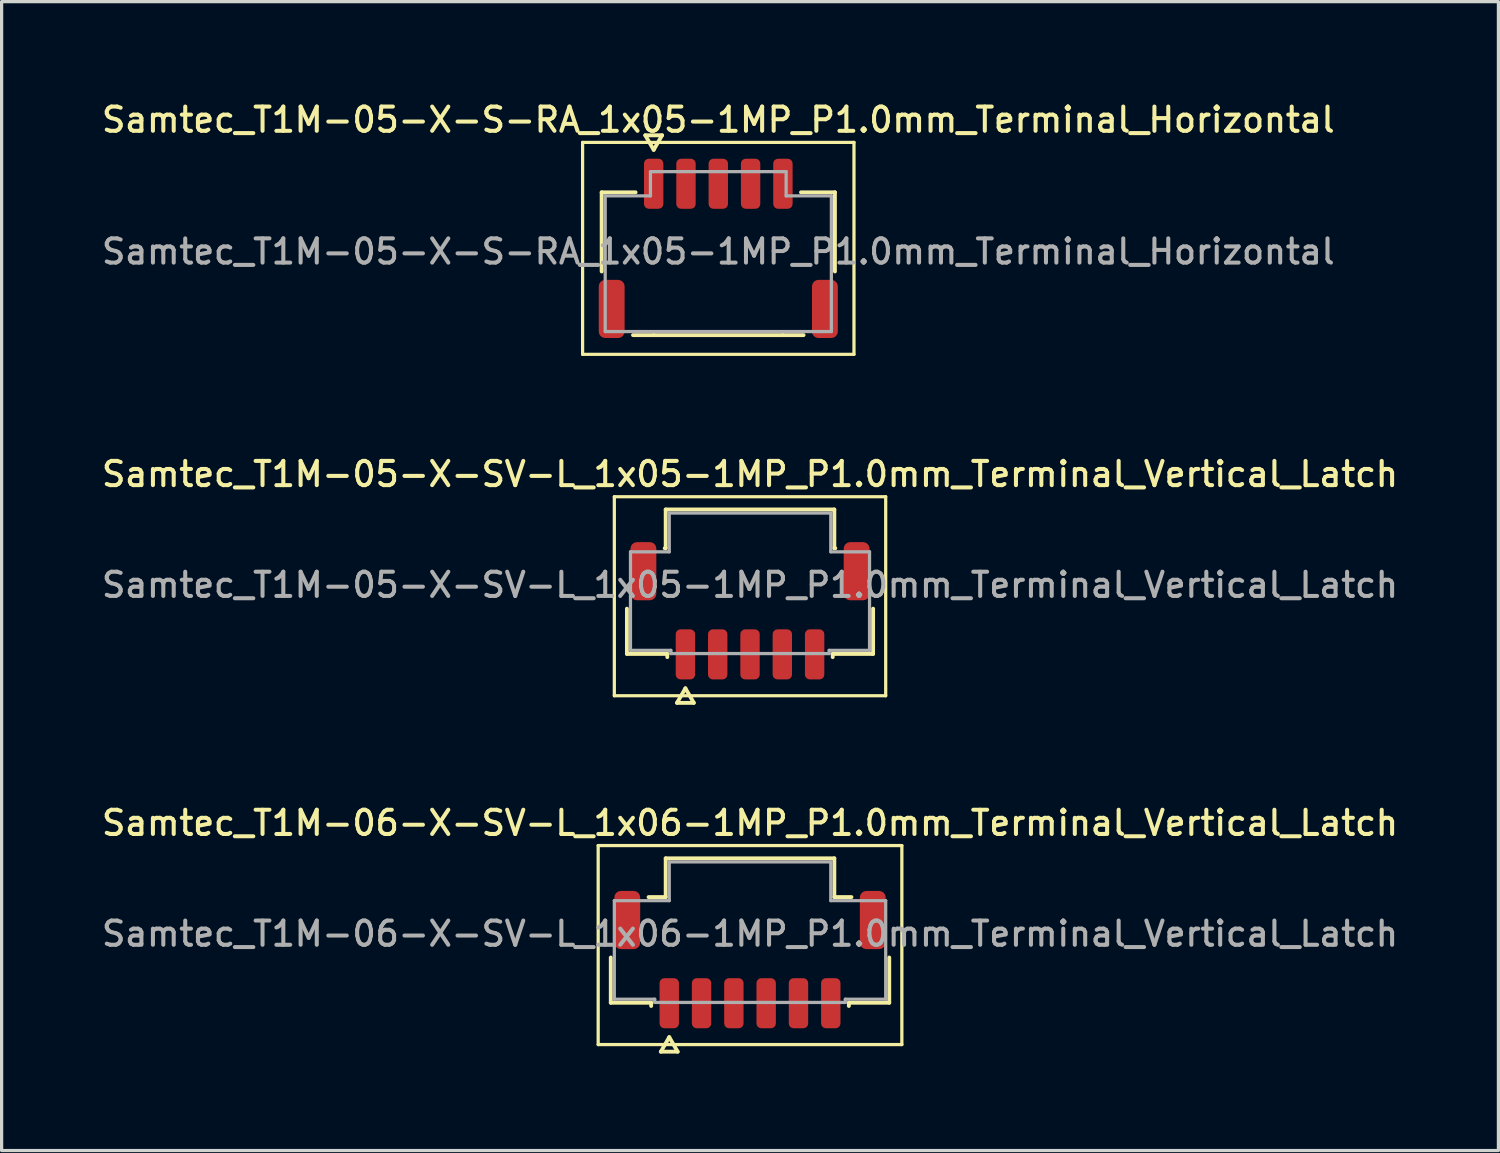
<source format=kicad_pcb>
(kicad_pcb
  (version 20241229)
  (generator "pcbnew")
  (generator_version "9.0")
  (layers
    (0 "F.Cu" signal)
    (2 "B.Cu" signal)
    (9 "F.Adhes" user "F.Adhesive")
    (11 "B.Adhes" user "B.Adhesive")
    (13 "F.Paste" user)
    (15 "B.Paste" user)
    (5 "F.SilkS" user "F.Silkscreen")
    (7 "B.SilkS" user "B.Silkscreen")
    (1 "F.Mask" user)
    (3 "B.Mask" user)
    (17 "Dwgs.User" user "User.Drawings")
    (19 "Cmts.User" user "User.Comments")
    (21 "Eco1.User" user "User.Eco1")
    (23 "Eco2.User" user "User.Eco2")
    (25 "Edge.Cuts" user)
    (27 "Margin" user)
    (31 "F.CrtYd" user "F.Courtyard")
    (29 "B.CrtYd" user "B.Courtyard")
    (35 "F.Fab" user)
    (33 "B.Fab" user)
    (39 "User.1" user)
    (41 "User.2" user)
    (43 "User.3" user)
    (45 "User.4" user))
  (footprint "Samtec_T1M-05-X-SV-L_1x05-1MP_P1.0mm_Terminal_Vertical_Latch"
    (layer "F.Cu")
    (at 20.166 15.056)
    (property "Reference" "Samtec_T1M-05-X-SV-L_1x05-1MP_P1.0mm_Terminal_Vertical_Latch" (at 0 -3.43 0) (layer "F.SilkS") (effects (font (size 0.75 0.75) (thickness 0.125))))
    (attr smd)
    (fp_line (start -4.2 -2.73) (end -4.2 3.43) (stroke (width 0.1) (type solid)) (layer "F.SilkS"))
    (fp_line (start -4.2 3.43) (end 4.2 3.43) (stroke (width 0.1) (type solid)) (layer "F.SilkS"))
    (fp_line (start -3.81 2.135) (end -3.81 0.735) (stroke (width 0.12) (type solid)) (layer "F.SilkS"))
    (fp_line (start -2.64 -1.135) (end -2.61 -1.135) (stroke (width 0.12) (type solid)) (layer "F.SilkS"))
    (fp_line (start -2.61 -2.335) (end 2.61 -2.335) (stroke (width 0.12) (type solid)) (layer "F.SilkS"))
    (fp_line (start -2.61 -1.135) (end -2.61 -2.335) (stroke (width 0.12) (type solid)) (layer "F.SilkS"))
    (fp_line (start -2.56 2.135) (end -3.81 2.135) (stroke (width 0.12) (type solid)) (layer "F.SilkS"))
    (fp_line (start -2.56 2.235) (end -2.56 2.135) (stroke (width 0.12) (type solid)) (layer "F.SilkS"))
    (fp_line (start -2.26 3.65) (end -2 3.2) (stroke (width 0.12) (type solid)) (layer "F.SilkS"))
    (fp_line (start -2 3.2) (end -1.74 3.65) (stroke (width 0.12) (type solid)) (layer "F.SilkS"))
    (fp_line (start -1.74 3.65) (end -2.26 3.65) (stroke (width 0.12) (type solid)) (layer "F.SilkS"))
    (fp_line (start 2.56 2.135) (end 2.56 2.235) (stroke (width 0.12) (type solid)) (layer "F.SilkS"))
    (fp_line (start 2.61 -2.335) (end 2.61 -1.135) (stroke (width 0.12) (type solid)) (layer "F.SilkS"))
    (fp_line (start 2.61 -1.135) (end 2.64 -1.135) (stroke (width 0.12) (type solid)) (layer "F.SilkS"))
    (fp_line (start 3.81 0.735) (end 3.81 2.135) (stroke (width 0.12) (type solid)) (layer "F.SilkS"))
    (fp_line (start 3.81 2.135) (end 2.56 2.135) (stroke (width 0.12) (type solid)) (layer "F.SilkS"))
    (fp_line (start 4.2 -2.73) (end -4.2 -2.73) (stroke (width 0.1) (type solid)) (layer "F.SilkS"))
    (fp_line (start 4.2 3.43) (end 4.2 -2.73) (stroke (width 0.1) (type solid)) (layer "F.SilkS"))
    (fp_line (start -3.7 -1.025) (end -2.5 -1.025) (stroke (width 0.1) (type solid)) (layer "F.Fab"))
    (fp_line (start -3.7 2.025) (end -3.7 -1.025) (stroke (width 0.1) (type solid)) (layer "F.Fab"))
    (fp_line (start -2.5 -2.225) (end 2.5 -2.225) (stroke (width 0.1) (type solid)) (layer "F.Fab"))
    (fp_line (start -2.5 -1.025) (end -2.5 -2.225) (stroke (width 0.1) (type solid)) (layer "F.Fab"))
    (fp_line (start -2.45 2.025) (end -3.7 2.025) (stroke (width 0.1) (type solid)) (layer "F.Fab"))
    (fp_line (start -2.45 2.125) (end -2.45 2.025) (stroke (width 0.1) (type solid)) (layer "F.Fab"))
    (fp_line (start 2.45 2.025) (end 2.45 2.125) (stroke (width 0.1) (type solid)) (layer "F.Fab"))
    (fp_line (start 2.45 2.125) (end -2.45 2.125) (stroke (width 0.1) (type solid)) (layer "F.Fab"))
    (fp_line (start 2.5 -2.225) (end 2.5 -1.025) (stroke (width 0.1) (type solid)) (layer "F.Fab"))
    (fp_line (start 2.5 -1.025) (end 3.7 -1.025) (stroke (width 0.1) (type solid)) (layer "F.Fab"))
    (fp_line (start 3.7 -1.025) (end 3.7 2.025) (stroke (width 0.1) (type solid)) (layer "F.Fab"))
    (fp_line (start 3.7 2.025) (end 2.45 2.025) (stroke (width 0.1) (type solid)) (layer "F.Fab"))
    (fp_text user "${REFERENCE}" (at 0 0 0) (layer "F.Fab") (effects (font (size 0.75 0.75) (thickness 0.125))))
    (pad "1" smd roundrect (at -2 2.15) (size 0.6 1.55) (layers "F.Cu" "F.Mask" "F.Paste") (roundrect_rratio 0.25))
    (pad "2" smd roundrect (at -1 2.15) (size 0.6 1.55) (layers "F.Cu" "F.Mask" "F.Paste") (roundrect_rratio 0.25))
    (pad "3" smd roundrect (at 0 2.15) (size 0.6 1.55) (layers "F.Cu" "F.Mask" "F.Paste") (roundrect_rratio 0.25))
    (pad "4" smd roundrect (at 1 2.15) (size 0.6 1.55) (layers "F.Cu" "F.Mask" "F.Paste") (roundrect_rratio 0.25))
    (pad "5" smd roundrect (at 2 2.15) (size 0.6 1.55) (layers "F.Cu" "F.Mask" "F.Paste") (roundrect_rratio 0.25))
    (pad "MP" smd roundrect (at -3.3 -0.425) (size 0.8 1.8) (layers "F.Cu" "F.Mask" "F.Paste") (roundrect_rratio 0.25))
    (pad "MP" smd roundrect (at 3.3 -0.425) (size 0.8 1.8) (layers "F.Cu" "F.Mask" "F.Paste") (roundrect_rratio 0.25)))
  (footprint "Samtec_T1M-06-X-SV-L_1x06-1MP_P1.0mm_Terminal_Vertical_Latch"
    (layer "F.Cu")
    (at 20.166 25.854)
    (property "Reference" "Samtec_T1M-06-X-SV-L_1x06-1MP_P1.0mm_Terminal_Vertical_Latch" (at 0 -3.43 0) (layer "F.SilkS") (effects (font (size 0.75 0.75) (thickness 0.125))))
    (attr smd)
    (fp_line (start -4.7 -2.73) (end -4.7 3.43) (stroke (width 0.1) (type solid)) (layer "F.SilkS"))
    (fp_line (start -4.7 3.43) (end 4.7 3.43) (stroke (width 0.1) (type solid)) (layer "F.SilkS"))
    (fp_line (start -4.31 2.135) (end -4.31 0.735) (stroke (width 0.12) (type solid)) (layer "F.SilkS"))
    (fp_line (start -3.14 -1.135) (end -2.61 -1.135) (stroke (width 0.12) (type solid)) (layer "F.SilkS"))
    (fp_line (start -3.06 2.135) (end -4.31 2.135) (stroke (width 0.12) (type solid)) (layer "F.SilkS"))
    (fp_line (start -3.06 2.235) (end -3.06 2.135) (stroke (width 0.12) (type solid)) (layer "F.SilkS"))
    (fp_line (start -2.76 3.65) (end -2.5 3.2) (stroke (width 0.12) (type solid)) (layer "F.SilkS"))
    (fp_line (start -2.61 -2.335) (end 2.61 -2.335) (stroke (width 0.12) (type solid)) (layer "F.SilkS"))
    (fp_line (start -2.61 -1.135) (end -2.61 -2.335) (stroke (width 0.12) (type solid)) (layer "F.SilkS"))
    (fp_line (start -2.5 3.2) (end -2.24 3.65) (stroke (width 0.12) (type solid)) (layer "F.SilkS"))
    (fp_line (start -2.24 3.65) (end -2.76 3.65) (stroke (width 0.12) (type solid)) (layer "F.SilkS"))
    (fp_line (start 2.61 -2.335) (end 2.61 -1.135) (stroke (width 0.12) (type solid)) (layer "F.SilkS"))
    (fp_line (start 2.61 -1.135) (end 3.14 -1.135) (stroke (width 0.12) (type solid)) (layer "F.SilkS"))
    (fp_line (start 3.06 2.135) (end 3.06 2.235) (stroke (width 0.12) (type solid)) (layer "F.SilkS"))
    (fp_line (start 4.31 0.735) (end 4.31 2.135) (stroke (width 0.12) (type solid)) (layer "F.SilkS"))
    (fp_line (start 4.31 2.135) (end 3.06 2.135) (stroke (width 0.12) (type solid)) (layer "F.SilkS"))
    (fp_line (start 4.7 -2.73) (end -4.7 -2.73) (stroke (width 0.1) (type solid)) (layer "F.SilkS"))
    (fp_line (start 4.7 3.43) (end 4.7 -2.73) (stroke (width 0.1) (type solid)) (layer "F.SilkS"))
    (fp_line (start -4.2 -1.025) (end -2.5 -1.025) (stroke (width 0.1) (type solid)) (layer "F.Fab"))
    (fp_line (start -4.2 2.025) (end -4.2 -1.025) (stroke (width 0.1) (type solid)) (layer "F.Fab"))
    (fp_line (start -2.95 2.025) (end -4.2 2.025) (stroke (width 0.1) (type solid)) (layer "F.Fab"))
    (fp_line (start -2.95 2.125) (end -2.95 2.025) (stroke (width 0.1) (type solid)) (layer "F.Fab"))
    (fp_line (start -2.5 -2.225) (end 2.5 -2.225) (stroke (width 0.1) (type solid)) (layer "F.Fab"))
    (fp_line (start -2.5 -1.025) (end -2.5 -2.225) (stroke (width 0.1) (type solid)) (layer "F.Fab"))
    (fp_line (start 2.5 -2.225) (end 2.5 -1.025) (stroke (width 0.1) (type solid)) (layer "F.Fab"))
    (fp_line (start 2.5 -1.025) (end 4.2 -1.025) (stroke (width 0.1) (type solid)) (layer "F.Fab"))
    (fp_line (start 2.95 2.025) (end 2.95 2.125) (stroke (width 0.1) (type solid)) (layer "F.Fab"))
    (fp_line (start 2.95 2.125) (end -2.95 2.125) (stroke (width 0.1) (type solid)) (layer "F.Fab"))
    (fp_line (start 4.2 -1.025) (end 4.2 2.025) (stroke (width 0.1) (type solid)) (layer "F.Fab"))
    (fp_line (start 4.2 2.025) (end 2.95 2.025) (stroke (width 0.1) (type solid)) (layer "F.Fab"))
    (fp_text user "${REFERENCE}" (at 0 0 0) (layer "F.Fab") (effects (font (size 0.75 0.75) (thickness 0.125))))
    (pad "1" smd roundrect (at -2.5 2.15) (size 0.6 1.55) (layers "F.Cu" "F.Mask" "F.Paste") (roundrect_rratio 0.25))
    (pad "2" smd roundrect (at -1.5 2.15) (size 0.6 1.55) (layers "F.Cu" "F.Mask" "F.Paste") (roundrect_rratio 0.25))
    (pad "3" smd roundrect (at -0.5 2.15) (size 0.6 1.55) (layers "F.Cu" "F.Mask" "F.Paste") (roundrect_rratio 0.25))
    (pad "4" smd roundrect (at 0.5 2.15) (size 0.6 1.55) (layers "F.Cu" "F.Mask" "F.Paste") (roundrect_rratio 0.25))
    (pad "5" smd roundrect (at 1.5 2.15) (size 0.6 1.55) (layers "F.Cu" "F.Mask" "F.Paste") (roundrect_rratio 0.25))
    (pad "6" smd roundrect (at 2.5 2.15) (size 0.6 1.55) (layers "F.Cu" "F.Mask" "F.Paste") (roundrect_rratio 0.25))
    (pad "MP" smd roundrect (at -3.8 -0.425) (size 0.8 1.8) (layers "F.Cu" "F.Mask" "F.Paste") (roundrect_rratio 0.25))
    (pad "MP" smd roundrect (at 3.8 -0.425) (size 0.8 1.8) (layers "F.Cu" "F.Mask" "F.Paste") (roundrect_rratio 0.25)))
  (footprint "Samtec_T1M-05-X-S-RA_1x05-1MP_P1.0mm_Terminal_Horizontal"
    (layer "F.Cu")
    (at 19.184 4.738)
    (property "Reference" "Samtec_T1M-05-X-S-RA_1x05-1MP_P1.0mm_Terminal_Horizontal" (at 0 -4.08 0) (layer "F.SilkS") (effects (font (size 0.75 0.75) (thickness 0.125))))
    (attr smd)
    (fp_line (start -4.2 -3.38) (end -4.2 3.18) (stroke (width 0.1) (type solid)) (layer "F.SilkS"))
    (fp_line (start -4.2 3.18) (end 4.2 3.18) (stroke (width 0.1) (type solid)) (layer "F.SilkS"))
    (fp_line (start -3.61 -1.835) (end -2.56 -1.835) (stroke (width 0.12) (type solid)) (layer "F.SilkS"))
    (fp_line (start -3.61 0.615) (end -3.61 -1.835) (stroke (width 0.12) (type solid)) (layer "F.SilkS"))
    (fp_line (start -2.26 -3.6) (end -2 -3.15) (stroke (width 0.12) (type solid)) (layer "F.SilkS"))
    (fp_line (start -2 -3.15) (end -1.74 -3.6) (stroke (width 0.12) (type solid)) (layer "F.SilkS"))
    (fp_line (start -2 2.585) (end -2.64 2.585) (stroke (width 0.12) (type solid)) (layer "F.SilkS"))
    (fp_line (start -1.74 -3.6) (end -2.26 -3.6) (stroke (width 0.12) (type solid)) (layer "F.SilkS"))
    (fp_line (start 2 2.585) (end -2 2.585) (stroke (width 0.12) (type solid)) (layer "F.SilkS"))
    (fp_line (start 2.56 -1.835) (end 3.61 -1.835) (stroke (width 0.12) (type solid)) (layer "F.SilkS"))
    (fp_line (start 2.64 2.585) (end 2 2.585) (stroke (width 0.12) (type solid)) (layer "F.SilkS"))
    (fp_line (start 3.61 -1.835) (end 3.61 0.615) (stroke (width 0.12) (type solid)) (layer "F.SilkS"))
    (fp_line (start 4.2 -3.38) (end -4.2 -3.38) (stroke (width 0.1) (type solid)) (layer "F.SilkS"))
    (fp_line (start 4.2 3.18) (end 4.2 -3.38) (stroke (width 0.1) (type solid)) (layer "F.SilkS"))
    (fp_line (start -3.5 -1.725) (end -2.1 -1.725) (stroke (width 0.1) (type solid)) (layer "F.Fab"))
    (fp_line (start -3.5 2.475) (end -3.5 -1.725) (stroke (width 0.1) (type solid)) (layer "F.Fab"))
    (fp_line (start -2.1 -2.475) (end -2 -2.475) (stroke (width 0.1) (type solid)) (layer "F.Fab"))
    (fp_line (start -2.1 -1.725) (end -2.1 -2.475) (stroke (width 0.1) (type solid)) (layer "F.Fab"))
    (fp_line (start -2 -2.475) (end 2 -2.475) (stroke (width 0.1) (type solid)) (layer "F.Fab"))
    (fp_line (start -2 2.475) (end -3.5 2.475) (stroke (width 0.1) (type solid)) (layer "F.Fab"))
    (fp_line (start 2 -2.475) (end 2.1 -2.475) (stroke (width 0.1) (type solid)) (layer "F.Fab"))
    (fp_line (start 2 2.475) (end -2 2.475) (stroke (width 0.1) (type solid)) (layer "F.Fab"))
    (fp_line (start 2.1 -2.475) (end 2.1 -1.725) (stroke (width 0.1) (type solid)) (layer "F.Fab"))
    (fp_line (start 2.1 -1.725) (end 3.5 -1.725) (stroke (width 0.1) (type solid)) (layer "F.Fab"))
    (fp_line (start 3.5 -1.725) (end 3.5 2.475) (stroke (width 0.1) (type solid)) (layer "F.Fab"))
    (fp_line (start 3.5 2.475) (end 2 2.475) (stroke (width 0.1) (type solid)) (layer "F.Fab"))
    (fp_text user "${REFERENCE}" (at 0 0 0) (layer "F.Fab") (effects (font (size 0.75 0.75) (thickness 0.125))))
    (pad "1" smd roundrect (at -2 -2.1) (size 0.6 1.55) (layers "F.Cu" "F.Mask" "F.Paste") (roundrect_rratio 0.25))
    (pad "2" smd roundrect (at -1 -2.1) (size 0.6 1.55) (layers "F.Cu" "F.Mask" "F.Paste") (roundrect_rratio 0.25))
    (pad "3" smd roundrect (at 0 -2.1) (size 0.6 1.55) (layers "F.Cu" "F.Mask" "F.Paste") (roundrect_rratio 0.25))
    (pad "4" smd roundrect (at 1 -2.1) (size 0.6 1.55) (layers "F.Cu" "F.Mask" "F.Paste") (roundrect_rratio 0.25))
    (pad "5" smd roundrect (at 2 -2.1) (size 0.6 1.55) (layers "F.Cu" "F.Mask" "F.Paste") (roundrect_rratio 0.25))
    (pad "MP" smd roundrect (at -3.3 1.775) (size 0.8 1.8) (layers "F.Cu" "F.Mask" "F.Paste") (roundrect_rratio 0.25))
    (pad "MP" smd roundrect (at 3.3 1.775) (size 0.8 1.8) (layers "F.Cu" "F.Mask" "F.Paste") (roundrect_rratio 0.25)))
  (gr_rect
    (start -3 -3)
    (end 43.332 32.564)
    (stroke (width 0.1) (type default))
    (fill no)
    (layer "Edge.Cuts")))
</source>
